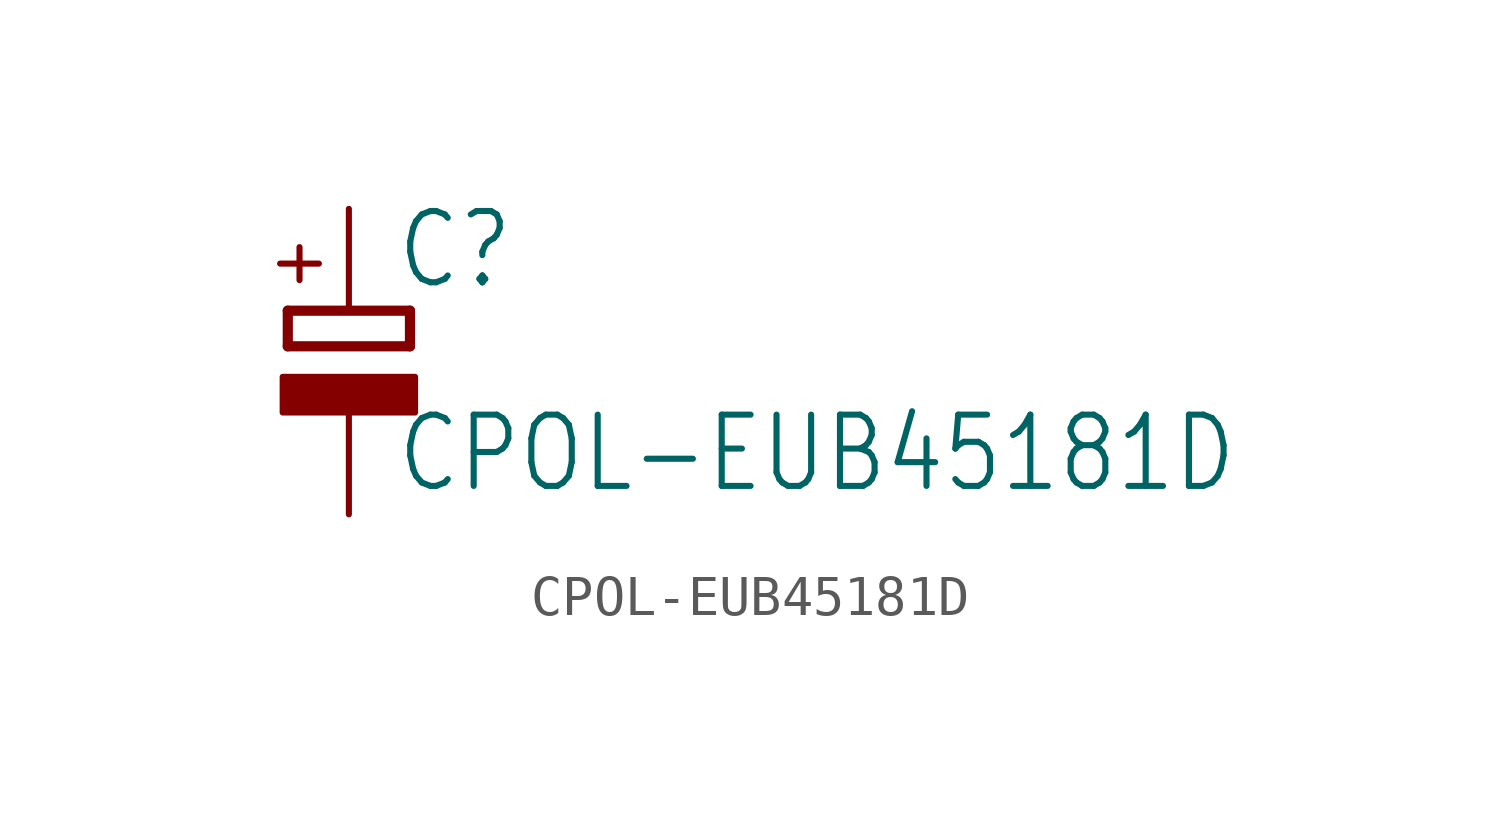
<source format=kicad_sym>
(kicad_symbol_lib
  (version 20220331)
  (generator kicad_symbol_editor)
  (symbol "CPOL-EUB45181D"
    (property "Reference" "C"
      (at 1.143 0.483 0)
      (effects (font (size 1.778 1.511)) (justify left bottom)))
    (property "Value" "CPOL-EUB45181D"
      (at 1.143 -4.597 0)
      (effects (font (size 1.778 1.511)) (justify left bottom)))
    (property "ki_locked" ""
      (at 0 0 0)
      (effects (font (size 1.27 1.27))))
    (symbol "CPOL-EUB45181D_1_0"
      (rectangle (start -1.651 -2.54) (end 1.651 -1.651) (stroke (width 0) (type default)) (fill (type outline)))
      (polyline (pts (xy -1.524 -0.889) (xy 1.524 -0.889)) (stroke (width 0.254) (type solid)) (fill (type none)))
      (polyline (pts (xy -1.524 0) (xy -1.524 -0.889)) (stroke (width 0.254) (type solid)) (fill (type none)))
      (polyline (pts (xy -1.524 0) (xy 1.524 0)) (stroke (width 0.254) (type solid)) (fill (type none)))
      (polyline (pts (xy 1.524 -0.889) (xy 1.524 0)) (stroke (width 0.254) (type solid)) (fill (type none)))
      (text "+" (at -0.584 0.406 900) (effects (font (size 1.27 1.079)) (justify left bottom)))
      (pin passive line (at 0 2.54 270) (length 2.54) (name "+" (effects (font (size 0 0)))) (number "+" (effects (font (size 0 0)))))
      (pin passive line (at 0 -5.08 90) (length 2.54) (name "-" (effects (font (size 0 0)))) (number "-" (effects (font (size 0 0))))))))
</source>
